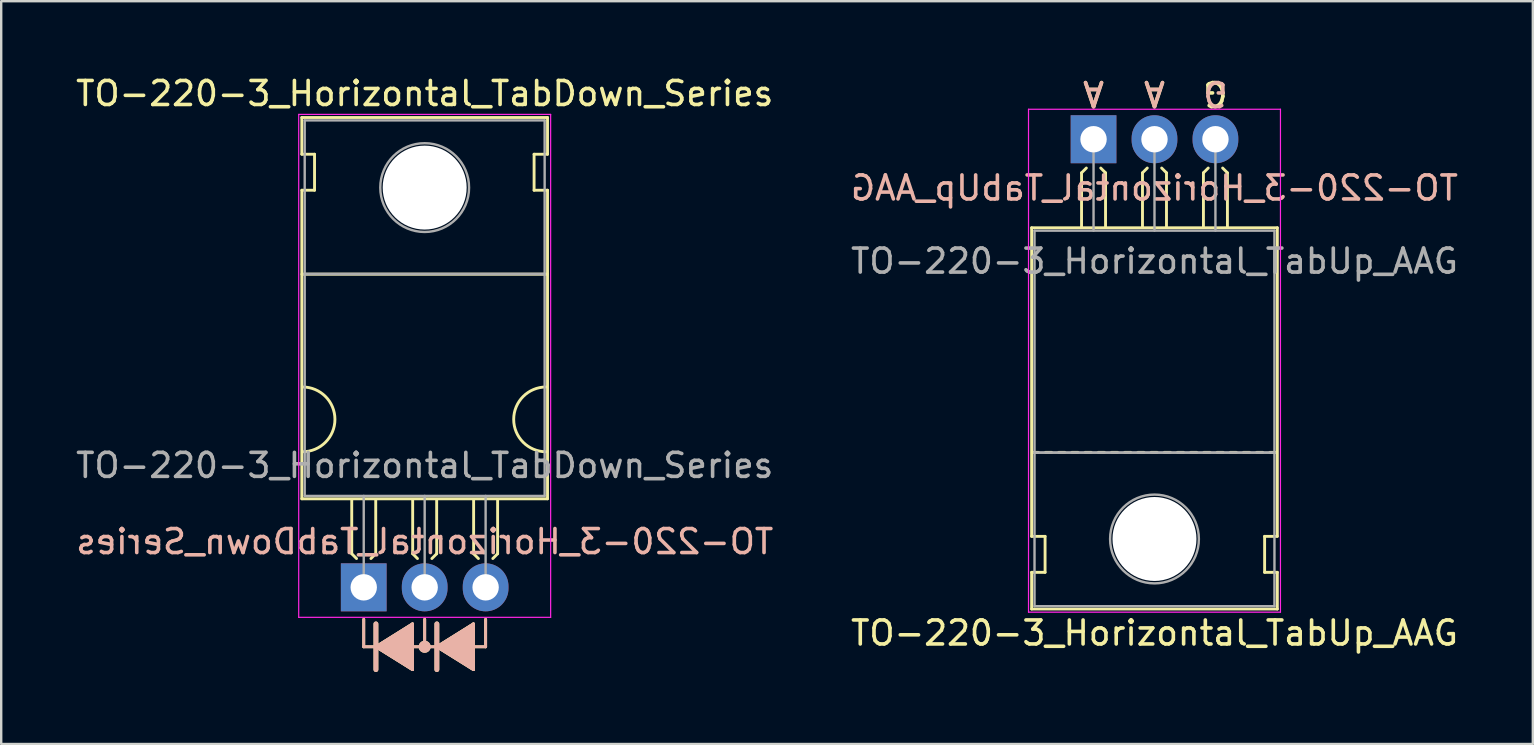
<source format=kicad_pcb>
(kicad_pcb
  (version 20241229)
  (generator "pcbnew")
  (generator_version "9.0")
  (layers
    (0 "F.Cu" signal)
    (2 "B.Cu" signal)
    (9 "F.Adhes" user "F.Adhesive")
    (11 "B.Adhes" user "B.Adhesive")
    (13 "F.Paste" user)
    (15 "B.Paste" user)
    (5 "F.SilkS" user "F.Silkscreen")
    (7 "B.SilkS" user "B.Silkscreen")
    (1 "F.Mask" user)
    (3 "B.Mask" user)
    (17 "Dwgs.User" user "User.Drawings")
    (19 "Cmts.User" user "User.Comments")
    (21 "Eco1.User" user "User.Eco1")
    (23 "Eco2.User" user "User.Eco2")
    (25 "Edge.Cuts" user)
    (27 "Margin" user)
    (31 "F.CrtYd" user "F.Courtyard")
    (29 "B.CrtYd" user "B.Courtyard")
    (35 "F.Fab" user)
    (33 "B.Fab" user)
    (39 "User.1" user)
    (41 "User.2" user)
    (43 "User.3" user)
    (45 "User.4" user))
  (footprint "TO-220-3_Horizontal_TabDown_Series"
    (layer "F.Cu")
    (at 12.109 21.428)
    (property "Reference" "TO-220-3_Horizontal_TabDown_Series" (at 2.54 -20.58 0) (layer "F.SilkS") (effects (font (size 1 1) (thickness 0.15))))
    (fp_line (start -2.58 -19.58) (end -2.58 -18.05) (stroke (width 0.12) (type solid)) (layer "F.SilkS"))
    (fp_line (start -2.58 -19.58) (end 7.66 -19.58) (stroke (width 0.12) (type solid)) (layer "F.SilkS"))
    (fp_line (start -2.58 -18.05) (end -2.05 -18.05) (stroke (width 0.12) (type solid)) (layer "F.SilkS"))
    (fp_line (start -2.58 -16.55) (end -2.58 -3.69) (stroke (width 0.12) (type solid)) (layer "F.SilkS"))
    (fp_line (start -2.58 -3.69) (end 7.66 -3.69) (stroke (width 0.12) (type solid)) (layer "F.SilkS"))
    (fp_line (start -2.575 -13.05) (end 7.65 -13.05) (stroke (width 0.12) (type solid)) (layer "F.SilkS"))
    (fp_line (start -2.05 -18.05) (end -2.05 -16.55) (stroke (width 0.12) (type solid)) (layer "F.SilkS"))
    (fp_line (start -2.05 -16.55) (end -2.575 -16.55) (stroke (width 0.12) (type solid)) (layer "F.SilkS"))
    (fp_line (start -0.5 -3.65) (end -0.5 -1.4) (stroke (width 0.12) (type solid)) (layer "F.SilkS"))
    (fp_line (start -0.5 -1.4) (end -0.3 -1.2) (stroke (width 0.12) (type solid)) (layer "F.SilkS"))
    (fp_line (start 0 1.333) (end 0 2.477) (stroke (width 0.12) (type solid)) (layer "F.SilkS"))
    (fp_line (start 0 2.477) (end 0.508 2.477) (stroke (width 0.12) (type solid)) (layer "F.SilkS"))
    (fp_line (start 0.5 -3.65) (end 0.5 -1.4) (stroke (width 0.12) (type solid)) (layer "F.SilkS"))
    (fp_line (start 0.5 -1.4) (end 0.3 -1.2) (stroke (width 0.12) (type solid)) (layer "F.SilkS"))
    (fp_line (start 0.508 1.524) (end 0.508 3.429) (stroke (width 0.2) (type solid)) (layer "F.SilkS"))
    (fp_line (start 0.508 2.477) (end 2.032 1.524) (stroke (width 0.12) (type solid)) (layer "F.SilkS"))
    (fp_line (start 0.508 2.477) (end 2.032 3.429) (stroke (width 0.12) (type solid)) (layer "F.SilkS"))
    (fp_line (start 2.032 1.714) (end 2.032 1.524) (stroke (width 0.12) (type solid)) (layer "F.SilkS"))
    (fp_line (start 2.032 3.429) (end 2.032 1.714) (stroke (width 0.12) (type solid)) (layer "F.SilkS"))
    (fp_line (start 2.04 -3.65) (end 2.04 -1.4) (stroke (width 0.12) (type solid)) (layer "F.SilkS"))
    (fp_line (start 2.04 -1.4) (end 2.24 -1.2) (stroke (width 0.12) (type solid)) (layer "F.SilkS"))
    (fp_line (start 2.54 1.333) (end 2.54 2.477) (stroke (width 0.12) (type solid)) (layer "F.SilkS"))
    (fp_line (start 2.54 2.477) (end 2.032 2.477) (stroke (width 0.12) (type solid)) (layer "F.SilkS"))
    (fp_line (start 2.54 2.477) (end 3.048 2.477) (stroke (width 0.12) (type solid)) (layer "F.SilkS"))
    (fp_line (start 3.04 -3.65) (end 3.04 -1.4) (stroke (width 0.12) (type solid)) (layer "F.SilkS"))
    (fp_line (start 3.04 -1.4) (end 2.84 -1.2) (stroke (width 0.12) (type solid)) (layer "F.SilkS"))
    (fp_line (start 3.048 1.524) (end 3.048 3.429) (stroke (width 0.2) (type solid)) (layer "F.SilkS"))
    (fp_line (start 3.048 2.477) (end 4.572 3.429) (stroke (width 0.12) (type solid)) (layer "F.SilkS"))
    (fp_line (start 4.572 1.524) (end 3.048 2.477) (stroke (width 0.12) (type solid)) (layer "F.SilkS"))
    (fp_line (start 4.572 3.429) (end 4.572 1.524) (stroke (width 0.12) (type solid)) (layer "F.SilkS"))
    (fp_line (start 4.58 -3.65) (end 4.58 -1.4) (stroke (width 0.12) (type solid)) (layer "F.SilkS"))
    (fp_line (start 4.58 -1.4) (end 4.78 -1.2) (stroke (width 0.12) (type solid)) (layer "F.SilkS"))
    (fp_line (start 5.08 1.333) (end 5.08 2.477) (stroke (width 0.12) (type solid)) (layer "F.SilkS"))
    (fp_line (start 5.08 2.477) (end 4.572 2.477) (stroke (width 0.12) (type solid)) (layer "F.SilkS"))
    (fp_line (start 5.58 -3.65) (end 5.58 -1.4) (stroke (width 0.12) (type solid)) (layer "F.SilkS"))
    (fp_line (start 5.58 -1.4) (end 5.38 -1.2) (stroke (width 0.12) (type solid)) (layer "F.SilkS"))
    (fp_line (start 7.1 -18.05) (end 7.66 -18.05) (stroke (width 0.12) (type solid)) (layer "F.SilkS"))
    (fp_line (start 7.1 -16.55) (end 7.1 -18.05) (stroke (width 0.12) (type solid)) (layer "F.SilkS"))
    (fp_line (start 7.66 -19.58) (end 7.66 -18.05) (stroke (width 0.12) (type solid)) (layer "F.SilkS"))
    (fp_line (start 7.66 -16.55) (end 7.1 -16.55) (stroke (width 0.12) (type solid)) (layer "F.SilkS"))
    (fp_line (start 7.66 -16.55) (end 7.66 -3.69) (stroke (width 0.12) (type solid)) (layer "F.SilkS"))
    (fp_arc (start -2.55 -8.35) (mid -1.2 -7) (end -2.55 -5.65) (stroke (width 0.12) (type solid)) (layer "F.SilkS"))
    (fp_arc (start 7.6 -5.65) (mid 6.25 -7) (end 7.6 -8.35) (stroke (width 0.12) (type solid)) (layer "F.SilkS"))
    (fp_circle (center 2.54 2.477) (end 2.54 2.54) (stroke (width 0.12) (type solid)) (fill no) (layer "F.SilkS"))
    (fp_circle (center 2.54 2.477) (end 2.54 2.603) (stroke (width 0.12) (type solid)) (fill no) (layer "F.SilkS"))
    (fp_circle (center 2.54 2.477) (end 2.54 2.667) (stroke (width 0.12) (type solid)) (fill no) (layer "F.SilkS"))
    (fp_poly (pts (xy 0.508 2.477) (xy 2.032 1.524) (xy 2.032 3.429)) (stroke (width 0.1) (type solid)) (fill yes) (layer "F.SilkS"))
    (fp_poly (pts (xy 4.572 3.429) (xy 3.048 2.477) (xy 4.572 1.524)) (stroke (width 0.1) (type solid)) (fill yes) (layer "F.SilkS"))
    (fp_line (start 0 1.333) (end 0 2.477) (stroke (width 0.12) (type solid)) (layer "B.SilkS"))
    (fp_line (start 0 2.477) (end 0.508 2.477) (stroke (width 0.12) (type solid)) (layer "B.SilkS"))
    (fp_line (start 0.508 2.477) (end 2.032 1.524) (stroke (width 0.12) (type solid)) (layer "B.SilkS"))
    (fp_line (start 0.508 3.429) (end 0.508 1.524) (stroke (width 0.2) (type solid)) (layer "B.SilkS"))
    (fp_line (start 2.032 1.524) (end 2.032 3.429) (stroke (width 0.12) (type solid)) (layer "B.SilkS"))
    (fp_line (start 2.032 3.429) (end 0.508 2.477) (stroke (width 0.12) (type solid)) (layer "B.SilkS"))
    (fp_line (start 2.54 1.333) (end 2.54 2.477) (stroke (width 0.12) (type solid)) (layer "B.SilkS"))
    (fp_line (start 2.54 2.477) (end 2.032 2.477) (stroke (width 0.12) (type solid)) (layer "B.SilkS"))
    (fp_line (start 2.54 2.477) (end 3.048 2.477) (stroke (width 0.12) (type solid)) (layer "B.SilkS"))
    (fp_line (start 3.048 2.477) (end 4.572 1.524) (stroke (width 0.12) (type solid)) (layer "B.SilkS"))
    (fp_line (start 3.048 2.477) (end 4.572 3.429) (stroke (width 0.12) (type solid)) (layer "B.SilkS"))
    (fp_line (start 3.048 3.429) (end 3.048 1.524) (stroke (width 0.2) (type solid)) (layer "B.SilkS"))
    (fp_line (start 4.572 1.524) (end 4.572 3.239) (stroke (width 0.12) (type solid)) (layer "B.SilkS"))
    (fp_line (start 4.572 3.239) (end 4.572 3.429) (stroke (width 0.12) (type solid)) (layer "B.SilkS"))
    (fp_line (start 5.08 1.333) (end 5.08 2.477) (stroke (width 0.12) (type solid)) (layer "B.SilkS"))
    (fp_line (start 5.08 2.477) (end 4.572 2.477) (stroke (width 0.12) (type solid)) (layer "B.SilkS"))
    (fp_circle (center 2.54 2.477) (end 2.54 2.54) (stroke (width 0.12) (type solid)) (fill no) (layer "B.SilkS"))
    (fp_circle (center 2.54 2.477) (end 2.54 2.603) (stroke (width 0.12) (type solid)) (fill no) (layer "B.SilkS"))
    (fp_circle (center 2.54 2.477) (end 2.54 2.667) (stroke (width 0.12) (type solid)) (fill no) (layer "B.SilkS"))
    (fp_poly (pts (xy 2.032 1.524) (xy 0.508 2.477) (xy 2.032 3.429)) (stroke (width 0.1) (type solid)) (fill yes) (layer "B.SilkS"))
    (fp_poly (pts (xy 3.048 2.477) (xy 4.572 3.429) (xy 4.572 1.524)) (stroke (width 0.1) (type solid)) (fill yes) (layer "B.SilkS"))
    (fp_line (start -2.71 -19.71) (end -2.71 1.25) (stroke (width 0.05) (type solid)) (layer "F.CrtYd"))
    (fp_line (start -2.71 1.25) (end 7.79 1.25) (stroke (width 0.05) (type solid)) (layer "F.CrtYd"))
    (fp_line (start 7.79 -19.71) (end -2.71 -19.71) (stroke (width 0.05) (type solid)) (layer "F.CrtYd"))
    (fp_line (start 7.79 1.25) (end 7.79 -19.71) (stroke (width 0.05) (type solid)) (layer "F.CrtYd"))
    (fp_line (start -2.46 -19.46) (end 7.54 -19.46) (stroke (width 0.1) (type solid)) (layer "F.Fab"))
    (fp_line (start -2.46 -13.06) (end -2.46 -19.46) (stroke (width 0.1) (type solid)) (layer "F.Fab"))
    (fp_line (start -2.46 -13.06) (end 7.54 -13.06) (stroke (width 0.1) (type solid)) (layer "F.Fab"))
    (fp_line (start -2.46 -3.81) (end -2.46 -13.06) (stroke (width 0.1) (type solid)) (layer "F.Fab"))
    (fp_line (start 0 -3.81) (end 0 0) (stroke (width 0.1) (type solid)) (layer "F.Fab"))
    (fp_line (start 2.54 -3.81) (end 2.54 0) (stroke (width 0.1) (type solid)) (layer "F.Fab"))
    (fp_line (start 5.08 -3.81) (end 5.08 0) (stroke (width 0.1) (type solid)) (layer "F.Fab"))
    (fp_line (start 7.54 -19.46) (end 7.54 -13.06) (stroke (width 0.1) (type solid)) (layer "F.Fab"))
    (fp_line (start 7.54 -13.06) (end -2.46 -13.06) (stroke (width 0.1) (type solid)) (layer "F.Fab"))
    (fp_line (start 7.54 -13.06) (end 7.54 -3.81) (stroke (width 0.1) (type solid)) (layer "F.Fab"))
    (fp_line (start 7.54 -3.81) (end -2.46 -3.81) (stroke (width 0.1) (type solid)) (layer "F.Fab"))
    (fp_circle (center 2.54 -16.66) (end 4.39 -16.66) (stroke (width 0.1) (type solid)) (fill no) (layer "F.Fab"))
    (fp_text user "${REFERENCE}" (at 2.54 -1.905 0) (layer "B.SilkS") (effects (font (size 1 1) (thickness 0.15)) (justify mirror)))
    (fp_text user "${REFERENCE}" (at 2.54 -5.08 0) (layer "F.Fab") (effects (font (size 1 1) (thickness 0.15))))
    (pad "" np_thru_hole oval (at 2.54 -16.66) (size 3.5 3.5) (drill 3.5) (layers "*.Cu" "*.Mask"))
    (pad "1" thru_hole rect (at 0 0) (size 1.905 2) (drill 1.1) (layers "*.Cu" "*.Mask"))
    (pad "2" thru_hole oval (at 2.54 0) (size 1.905 2) (drill 1.1) (layers "*.Cu" "*.Mask"))
    (pad "3" thru_hole oval (at 5.08 0) (size 1.905 2) (drill 1.1) (layers "*.Cu" "*.Mask")))
  (footprint "TO-220-3_Horizontal_TabUp_AAG"
    (layer "F.Cu")
    (at 42.525 2.753)
    (property "Reference" "TO-220-3_Horizontal_TabUp_AAG" (at 2.54 20.58 0) (layer "F.SilkS") (effects (font (size 1 1) (thickness 0.15))))
    (fp_line (start -2.58 16.55) (end -2.58 3.69) (stroke (width 0.12) (type solid)) (layer "F.SilkS"))
    (fp_line (start -2.58 16.55) (end -2.02 16.55) (stroke (width 0.12) (type solid)) (layer "F.SilkS"))
    (fp_line (start -2.58 19.58) (end -2.58 18.05) (stroke (width 0.12) (type solid)) (layer "F.SilkS"))
    (fp_line (start -2.3 13.05) (end -2.55 13.05) (stroke (width 0.12) (type solid)) (layer "F.SilkS"))
    (fp_line (start -2.02 16.55) (end -2.02 18.05) (stroke (width 0.12) (type solid)) (layer "F.SilkS"))
    (fp_line (start -2.02 18.05) (end -2.58 18.05) (stroke (width 0.12) (type solid)) (layer "F.SilkS"))
    (fp_line (start -1.75 13.05) (end -2 13.05) (stroke (width 0.12) (type solid)) (layer "F.SilkS"))
    (fp_line (start -1.2 13.05) (end -1.45 13.05) (stroke (width 0.12) (type solid)) (layer "F.SilkS"))
    (fp_line (start -0.65 13.05) (end -0.9 13.05) (stroke (width 0.12) (type solid)) (layer "F.SilkS"))
    (fp_line (start -0.5 1.4) (end -0.3 1.2) (stroke (width 0.12) (type solid)) (layer "F.SilkS"))
    (fp_line (start -0.5 3.65) (end -0.5 1.4) (stroke (width 0.12) (type solid)) (layer "F.SilkS"))
    (fp_line (start -0.1 13.05) (end -0.35 13.05) (stroke (width 0.12) (type solid)) (layer "F.SilkS"))
    (fp_line (start 0.45 13.05) (end 0.2 13.05) (stroke (width 0.12) (type solid)) (layer "F.SilkS"))
    (fp_line (start 0.5 1.4) (end 0.3 1.2) (stroke (width 0.12) (type solid)) (layer "F.SilkS"))
    (fp_line (start 0.5 3.65) (end 0.5 1.4) (stroke (width 0.12) (type solid)) (layer "F.SilkS"))
    (fp_line (start 1 13.05) (end 0.75 13.05) (stroke (width 0.12) (type solid)) (layer "F.SilkS"))
    (fp_line (start 1.55 13.05) (end 1.3 13.05) (stroke (width 0.12) (type solid)) (layer "F.SilkS"))
    (fp_line (start 2.04 1.4) (end 2.24 1.2) (stroke (width 0.12) (type solid)) (layer "F.SilkS"))
    (fp_line (start 2.04 3.65) (end 2.04 1.4) (stroke (width 0.12) (type solid)) (layer "F.SilkS"))
    (fp_line (start 2.1 13.05) (end 1.85 13.05) (stroke (width 0.12) (type solid)) (layer "F.SilkS"))
    (fp_line (start 2.65 13.05) (end 2.4 13.05) (stroke (width 0.12) (type solid)) (layer "F.SilkS"))
    (fp_line (start 3.04 1.4) (end 2.84 1.2) (stroke (width 0.12) (type solid)) (layer "F.SilkS"))
    (fp_line (start 3.04 3.65) (end 3.04 1.4) (stroke (width 0.12) (type solid)) (layer "F.SilkS"))
    (fp_line (start 3.2 13.05) (end 2.95 13.05) (stroke (width 0.12) (type solid)) (layer "F.SilkS"))
    (fp_line (start 3.75 13.05) (end 3.5 13.05) (stroke (width 0.12) (type solid)) (layer "F.SilkS"))
    (fp_line (start 4.3 13.05) (end 4.05 13.05) (stroke (width 0.12) (type solid)) (layer "F.SilkS"))
    (fp_line (start 4.58 1.4) (end 4.78 1.2) (stroke (width 0.12) (type solid)) (layer "F.SilkS"))
    (fp_line (start 4.58 3.65) (end 4.58 1.4) (stroke (width 0.12) (type solid)) (layer "F.SilkS"))
    (fp_line (start 4.85 13.05) (end 4.6 13.05) (stroke (width 0.12) (type solid)) (layer "F.SilkS"))
    (fp_line (start 5.4 13.05) (end 5.15 13.05) (stroke (width 0.12) (type solid)) (layer "F.SilkS"))
    (fp_line (start 5.58 1.4) (end 5.38 1.2) (stroke (width 0.12) (type solid)) (layer "F.SilkS"))
    (fp_line (start 5.58 3.65) (end 5.58 1.4) (stroke (width 0.12) (type solid)) (layer "F.SilkS"))
    (fp_line (start 5.95 13.05) (end 5.7 13.05) (stroke (width 0.12) (type solid)) (layer "F.SilkS"))
    (fp_line (start 6.5 13.05) (end 6.25 13.05) (stroke (width 0.12) (type solid)) (layer "F.SilkS"))
    (fp_line (start 7.05 13.05) (end 6.8 13.05) (stroke (width 0.12) (type solid)) (layer "F.SilkS"))
    (fp_line (start 7.13 16.55) (end 7.655 16.55) (stroke (width 0.12) (type solid)) (layer "F.SilkS"))
    (fp_line (start 7.13 18.05) (end 7.13 16.55) (stroke (width 0.12) (type solid)) (layer "F.SilkS"))
    (fp_line (start 7.6 13.05) (end 7.35 13.05) (stroke (width 0.12) (type solid)) (layer "F.SilkS"))
    (fp_line (start 7.66 3.69) (end -2.58 3.69) (stroke (width 0.12) (type solid)) (layer "F.SilkS"))
    (fp_line (start 7.66 16.55) (end 7.66 3.69) (stroke (width 0.12) (type solid)) (layer "F.SilkS"))
    (fp_line (start 7.66 18.05) (end 7.13 18.05) (stroke (width 0.12) (type solid)) (layer "F.SilkS"))
    (fp_line (start 7.66 19.58) (end -2.58 19.58) (stroke (width 0.12) (type solid)) (layer "F.SilkS"))
    (fp_line (start 7.66 19.58) (end 7.66 18.05) (stroke (width 0.12) (type solid)) (layer "F.SilkS"))
    (fp_line (start -2.71 -1.25) (end -2.71 19.71) (stroke (width 0.05) (type solid)) (layer "F.CrtYd"))
    (fp_line (start -2.71 19.71) (end 7.79 19.71) (stroke (width 0.05) (type solid)) (layer "F.CrtYd"))
    (fp_line (start 7.79 -1.25) (end -2.71 -1.25) (stroke (width 0.05) (type solid)) (layer "F.CrtYd"))
    (fp_line (start 7.79 19.71) (end 7.79 -1.25) (stroke (width 0.05) (type solid)) (layer "F.CrtYd"))
    (fp_line (start -2.46 3.81) (end -2.46 13.06) (stroke (width 0.1) (type solid)) (layer "F.Fab"))
    (fp_line (start -2.46 13.06) (end -2.46 19.46) (stroke (width 0.1) (type solid)) (layer "F.Fab"))
    (fp_line (start -2.46 13.06) (end 7.54 13.06) (stroke (width 0.1) (type solid)) (layer "F.Fab"))
    (fp_line (start -2.46 19.46) (end 7.54 19.46) (stroke (width 0.1) (type solid)) (layer "F.Fab"))
    (fp_line (start 0 3.81) (end 0 0) (stroke (width 0.1) (type solid)) (layer "F.Fab"))
    (fp_line (start 2.54 3.81) (end 2.54 0) (stroke (width 0.1) (type solid)) (layer "F.Fab"))
    (fp_line (start 5.08 3.81) (end 5.08 0) (stroke (width 0.1) (type solid)) (layer "F.Fab"))
    (fp_line (start 7.54 3.81) (end -2.46 3.81) (stroke (width 0.1) (type solid)) (layer "F.Fab"))
    (fp_line (start 7.54 13.06) (end -2.46 13.06) (stroke (width 0.1) (type solid)) (layer "F.Fab"))
    (fp_line (start 7.54 13.06) (end 7.54 3.81) (stroke (width 0.1) (type solid)) (layer "F.Fab"))
    (fp_line (start 7.54 19.46) (end 7.54 13.06) (stroke (width 0.1) (type solid)) (layer "F.Fab"))
    (fp_circle (center 2.54 16.66) (end 4.39 16.66) (stroke (width 0.1) (type solid)) (fill no) (layer "F.Fab"))
    (fp_text user "G" (at 5.08 -1.905 180) (unlocked yes) (layer "F.SilkS") (effects (font (size 1 1) (thickness 0.15))))
    (fp_text user "A" (at 0 -1.905 180) (unlocked yes) (layer "F.SilkS") (effects (font (size 1 1) (thickness 0.15))))
    (fp_text user "A" (at 2.54 -1.905 180) (unlocked yes) (layer "F.SilkS") (effects (font (size 1 1) (thickness 0.15))))
    (fp_text user "G" (at 5.08 -1.905 180) (unlocked yes) (layer "B.SilkS") (effects (font (size 1 1) (thickness 0.15)) (justify mirror)))
    (fp_text user "A" (at 0 -1.905 180) (unlocked yes) (layer "B.SilkS") (effects (font (size 1 1) (thickness 0.15)) (justify mirror)))
    (fp_text user "A" (at 2.54 -1.905 180) (unlocked yes) (layer "B.SilkS") (effects (font (size 1 1) (thickness 0.15)) (justify mirror)))
    (fp_text user "${REFERENCE}" (at 2.54 2.032 0) (layer "B.SilkS") (effects (font (size 1 1) (thickness 0.15)) (justify mirror)))
    (fp_text user "${REFERENCE}" (at 2.54 5.08 0) (layer "F.Fab") (effects (font (size 1 1) (thickness 0.15))))
    (pad "" np_thru_hole oval (at 2.54 16.66) (size 3.5 3.5) (drill 3.5) (layers "*.Cu" "*.Mask"))
    (pad "1" thru_hole rect (at 0 0) (size 1.905 2) (drill 1.1) (layers "*.Cu" "*.Mask"))
    (pad "2" thru_hole oval (at 2.54 0) (size 1.905 2) (drill 1.1) (layers "*.Cu" "*.Mask"))
    (pad "3" thru_hole oval (at 5.08 0) (size 1.905 2) (drill 1.1) (layers "*.Cu" "*.Mask")))
  (gr_rect
    (start -3 -3)
    (end 60.833 27.957)
    (stroke (width 0.1) (type default))
    (fill no)
    (layer "Edge.Cuts")))
</source>
